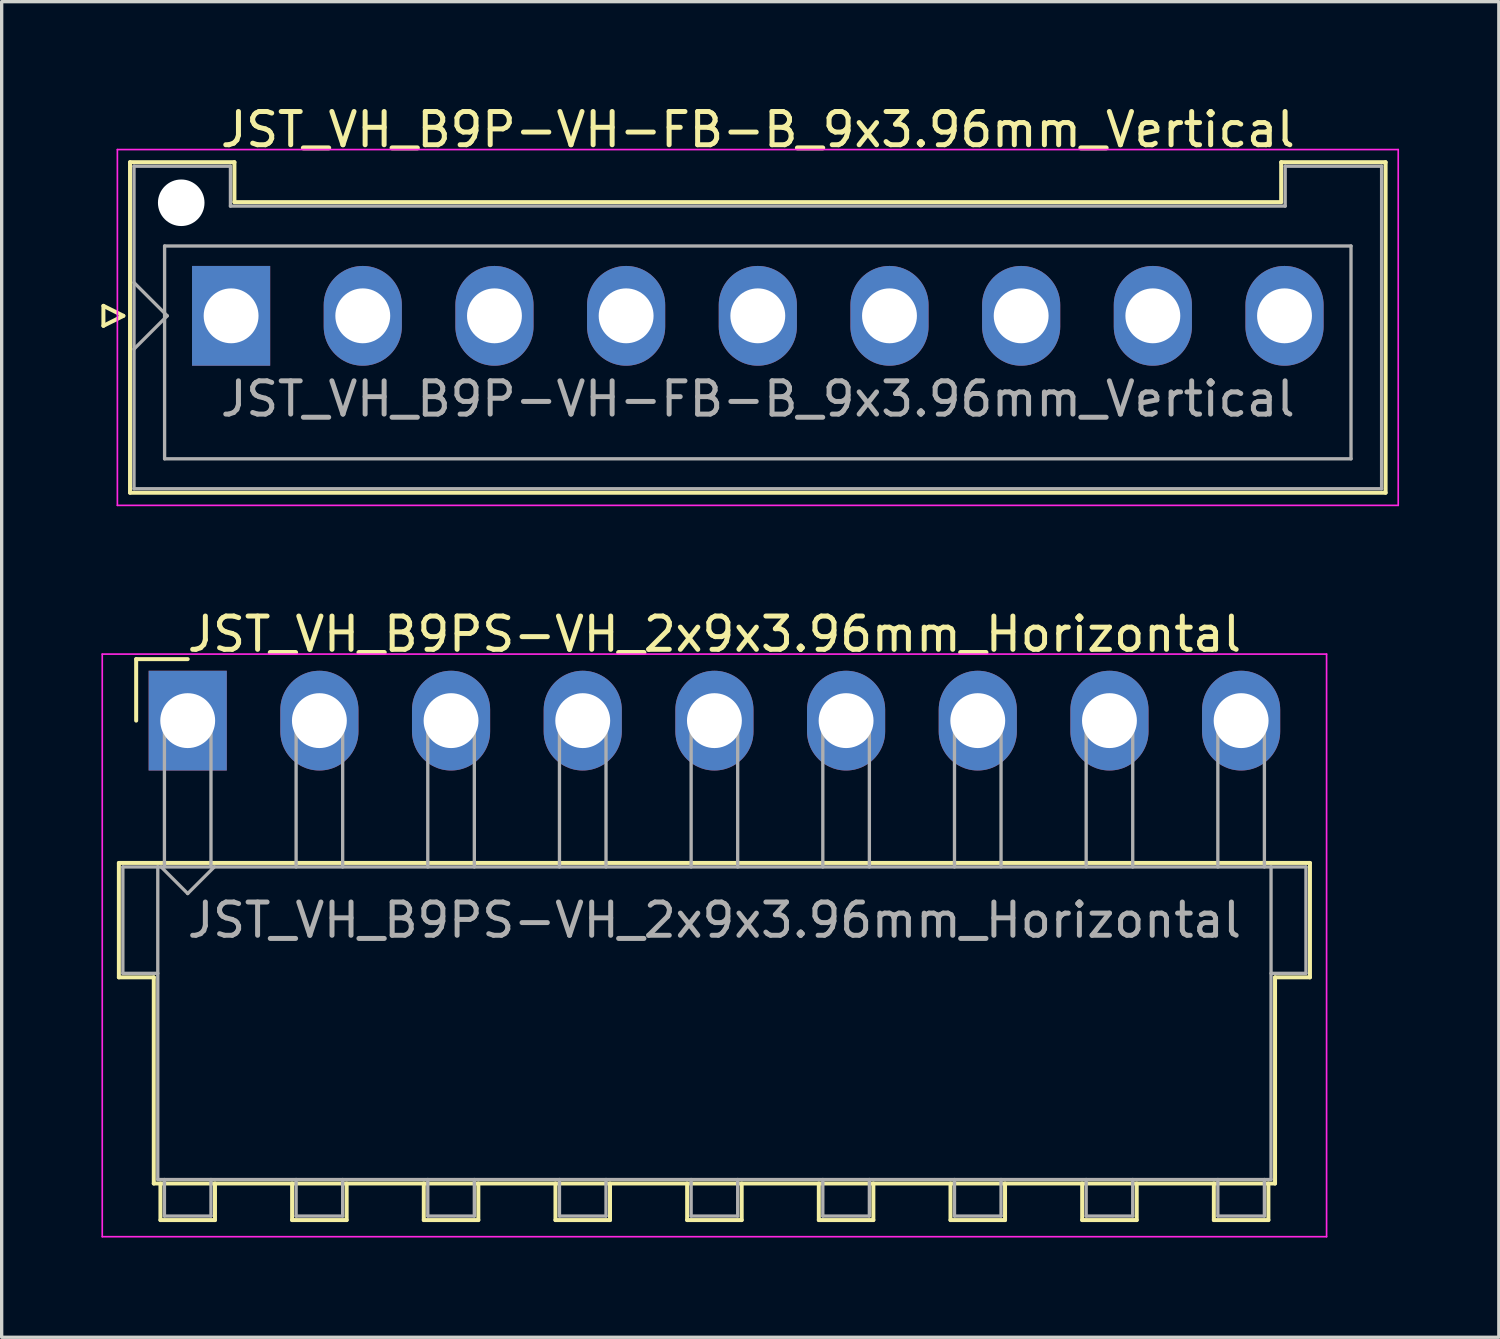
<source format=kicad_pcb>
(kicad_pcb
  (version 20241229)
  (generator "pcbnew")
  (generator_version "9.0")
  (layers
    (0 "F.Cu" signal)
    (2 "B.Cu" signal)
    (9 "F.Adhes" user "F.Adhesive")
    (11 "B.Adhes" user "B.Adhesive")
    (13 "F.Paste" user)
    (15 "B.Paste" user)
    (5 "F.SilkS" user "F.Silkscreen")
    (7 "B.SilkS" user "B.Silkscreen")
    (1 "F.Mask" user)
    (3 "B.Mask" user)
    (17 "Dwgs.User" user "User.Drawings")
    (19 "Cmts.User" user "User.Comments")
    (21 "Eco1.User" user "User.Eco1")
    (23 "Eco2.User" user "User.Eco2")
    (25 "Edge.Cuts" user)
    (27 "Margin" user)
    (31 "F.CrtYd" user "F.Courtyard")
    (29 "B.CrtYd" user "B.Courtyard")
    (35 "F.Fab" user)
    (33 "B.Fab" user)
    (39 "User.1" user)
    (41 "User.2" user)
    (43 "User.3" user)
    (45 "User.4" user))
  (footprint "JST_VH_B9P-VH-FB-B_9x3.96mm_Vertical"
    (layer "F.Cu")
    (at 3.9 6.448)
    (property "Reference" "JST_VH_B9P-VH-FB-B_9x3.96mm_Vertical" (at 15.84 -5.6 0) (layer "F.SilkS") (effects (font (size 1 1) (thickness 0.15))))
    (attr through_hole)
    (fp_line (start -3.84 -0.3) (end -3.24 0) (stroke (width 0.12) (type solid)) (layer "F.SilkS"))
    (fp_line (start -3.84 0.3) (end -3.84 -0.3) (stroke (width 0.12) (type solid)) (layer "F.SilkS"))
    (fp_line (start -3.24 0) (end -3.84 0.3) (stroke (width 0.12) (type solid)) (layer "F.SilkS"))
    (fp_line (start -3.04 -4.62) (end 0.1 -4.62) (stroke (width 0.12) (type solid)) (layer "F.SilkS"))
    (fp_line (start -3.04 5.32) (end -3.04 -4.62) (stroke (width 0.12) (type solid)) (layer "F.SilkS"))
    (fp_line (start 0.1 -4.62) (end 0.1 -3.42) (stroke (width 0.12) (type solid)) (layer "F.SilkS"))
    (fp_line (start 0.1 -3.42) (end 31.58 -3.42) (stroke (width 0.12) (type solid)) (layer "F.SilkS"))
    (fp_line (start 31.58 -4.62) (end 34.72 -4.62) (stroke (width 0.12) (type solid)) (layer "F.SilkS"))
    (fp_line (start 31.58 -3.42) (end 31.58 -4.62) (stroke (width 0.12) (type solid)) (layer "F.SilkS"))
    (fp_line (start 34.72 -4.62) (end 34.72 5.32) (stroke (width 0.12) (type solid)) (layer "F.SilkS"))
    (fp_line (start 34.72 5.32) (end -3.04 5.32) (stroke (width 0.12) (type solid)) (layer "F.SilkS"))
    (fp_line (start -3.42 -5) (end -3.42 5.7) (stroke (width 0.05) (type solid)) (layer "F.CrtYd"))
    (fp_line (start -3.42 5.7) (end 35.1 5.7) (stroke (width 0.05) (type solid)) (layer "F.CrtYd"))
    (fp_line (start 35.1 -5) (end -3.42 -5) (stroke (width 0.05) (type solid)) (layer "F.CrtYd"))
    (fp_line (start 35.1 5.7) (end 35.1 -5) (stroke (width 0.05) (type solid)) (layer "F.CrtYd"))
    (fp_line (start -2.92 -4.5) (end -0.02 -4.5) (stroke (width 0.1) (type solid)) (layer "F.Fab"))
    (fp_line (start -2.92 -1) (end -1.92 0) (stroke (width 0.1) (type solid)) (layer "F.Fab"))
    (fp_line (start -2.92 1) (end -1.92 0) (stroke (width 0.1) (type solid)) (layer "F.Fab"))
    (fp_line (start -2.92 5.2) (end -2.92 -4.5) (stroke (width 0.1) (type solid)) (layer "F.Fab"))
    (fp_line (start -2 -2.1) (end 33.68 -2.1) (stroke (width 0.1) (type solid)) (layer "F.Fab"))
    (fp_line (start -2 4.3) (end -2 -2.1) (stroke (width 0.1) (type solid)) (layer "F.Fab"))
    (fp_line (start -0.02 -4.5) (end -0.02 -3.3) (stroke (width 0.1) (type solid)) (layer "F.Fab"))
    (fp_line (start -0.02 -3.3) (end 31.7 -3.3) (stroke (width 0.1) (type solid)) (layer "F.Fab"))
    (fp_line (start 31.7 -4.5) (end 34.6 -4.5) (stroke (width 0.1) (type solid)) (layer "F.Fab"))
    (fp_line (start 31.7 -3.3) (end 31.7 -4.5) (stroke (width 0.1) (type solid)) (layer "F.Fab"))
    (fp_line (start 33.68 -2.1) (end 33.68 4.3) (stroke (width 0.1) (type solid)) (layer "F.Fab"))
    (fp_line (start 33.68 4.3) (end -2 4.3) (stroke (width 0.1) (type solid)) (layer "F.Fab"))
    (fp_line (start 34.6 -4.5) (end 34.6 5.2) (stroke (width 0.1) (type solid)) (layer "F.Fab"))
    (fp_line (start 34.6 5.2) (end -2.92 5.2) (stroke (width 0.1) (type solid)) (layer "F.Fab"))
    (fp_text user "${REFERENCE}" (at 15.84 2.5 0) (layer "F.Fab") (effects (font (size 1 1) (thickness 0.15))))
    (pad "" np_thru_hole circle (at -1.5 -3.4) (size 1.4 1.4) (drill 1.4) (layers "*.Cu" "*.Mask"))
    (pad "1" thru_hole rect (at 0 0) (size 2.35 3) (drill 1.65) (layers "*.Cu" "*.Mask"))
    (pad "2" thru_hole oval (at 3.96 0) (size 2.35 3) (drill 1.65) (layers "*.Cu" "*.Mask"))
    (pad "3" thru_hole oval (at 7.92 0) (size 2.35 3) (drill 1.65) (layers "*.Cu" "*.Mask"))
    (pad "4" thru_hole oval (at 11.88 0) (size 2.35 3) (drill 1.65) (layers "*.Cu" "*.Mask"))
    (pad "5" thru_hole oval (at 15.84 0) (size 2.35 3) (drill 1.65) (layers "*.Cu" "*.Mask"))
    (pad "6" thru_hole oval (at 19.8 0) (size 2.35 3) (drill 1.65) (layers "*.Cu" "*.Mask"))
    (pad "7" thru_hole oval (at 23.76 0) (size 2.35 3) (drill 1.65) (layers "*.Cu" "*.Mask"))
    (pad "8" thru_hole oval (at 27.72 0) (size 2.35 3) (drill 1.65) (layers "*.Cu" "*.Mask"))
    (pad "9" thru_hole oval (at 31.68 0) (size 2.35 3) (drill 1.65) (layers "*.Cu" "*.Mask")))
  (footprint "JST_VH_B9PS-VH_2x9x3.96mm_Horizontal"
    (layer "F.Cu")
    (at 2.595 18.622)
    (property "Reference" "JST_VH_B9PS-VH_2x9x3.96mm_Horizontal" (at 15.84 -2.6 0) (layer "F.SilkS") (effects (font (size 1 1) (thickness 0.15))))
    (attr through_hole)
    (fp_line (start -2.07 4.28) (end 33.75 4.28) (stroke (width 0.12) (type solid)) (layer "F.SilkS"))
    (fp_line (start -2.07 7.72) (end -2.07 4.28) (stroke (width 0.12) (type solid)) (layer "F.SilkS"))
    (fp_line (start -1.55 -1.85) (end -1.55 0) (stroke (width 0.12) (type solid)) (layer "F.SilkS"))
    (fp_line (start -1.02 7.72) (end -2.07 7.72) (stroke (width 0.12) (type solid)) (layer "F.SilkS"))
    (fp_line (start -1.02 13.92) (end -1.02 7.72) (stroke (width 0.12) (type solid)) (layer "F.SilkS"))
    (fp_line (start -0.82 13.92) (end -0.82 15.02) (stroke (width 0.12) (type solid)) (layer "F.SilkS"))
    (fp_line (start -0.82 15.02) (end 0.82 15.02) (stroke (width 0.12) (type solid)) (layer "F.SilkS"))
    (fp_line (start 0 -1.85) (end -1.55 -1.85) (stroke (width 0.12) (type solid)) (layer "F.SilkS"))
    (fp_line (start 0.82 15.02) (end 0.82 13.92) (stroke (width 0.12) (type solid)) (layer "F.SilkS"))
    (fp_line (start 3.14 13.92) (end 3.14 15.02) (stroke (width 0.12) (type solid)) (layer "F.SilkS"))
    (fp_line (start 3.14 15.02) (end 4.78 15.02) (stroke (width 0.12) (type solid)) (layer "F.SilkS"))
    (fp_line (start 4.78 15.02) (end 4.78 13.92) (stroke (width 0.12) (type solid)) (layer "F.SilkS"))
    (fp_line (start 7.1 13.92) (end 7.1 15.02) (stroke (width 0.12) (type solid)) (layer "F.SilkS"))
    (fp_line (start 7.1 15.02) (end 8.74 15.02) (stroke (width 0.12) (type solid)) (layer "F.SilkS"))
    (fp_line (start 8.74 15.02) (end 8.74 13.92) (stroke (width 0.12) (type solid)) (layer "F.SilkS"))
    (fp_line (start 11.06 13.92) (end 11.06 15.02) (stroke (width 0.12) (type solid)) (layer "F.SilkS"))
    (fp_line (start 11.06 15.02) (end 12.7 15.02) (stroke (width 0.12) (type solid)) (layer "F.SilkS"))
    (fp_line (start 12.7 15.02) (end 12.7 13.92) (stroke (width 0.12) (type solid)) (layer "F.SilkS"))
    (fp_line (start 15.02 13.92) (end 15.02 15.02) (stroke (width 0.12) (type solid)) (layer "F.SilkS"))
    (fp_line (start 15.02 15.02) (end 16.66 15.02) (stroke (width 0.12) (type solid)) (layer "F.SilkS"))
    (fp_line (start 16.66 15.02) (end 16.66 13.92) (stroke (width 0.12) (type solid)) (layer "F.SilkS"))
    (fp_line (start 18.98 13.92) (end 18.98 15.02) (stroke (width 0.12) (type solid)) (layer "F.SilkS"))
    (fp_line (start 18.98 15.02) (end 20.62 15.02) (stroke (width 0.12) (type solid)) (layer "F.SilkS"))
    (fp_line (start 20.62 15.02) (end 20.62 13.92) (stroke (width 0.12) (type solid)) (layer "F.SilkS"))
    (fp_line (start 22.94 13.92) (end 22.94 15.02) (stroke (width 0.12) (type solid)) (layer "F.SilkS"))
    (fp_line (start 22.94 15.02) (end 24.58 15.02) (stroke (width 0.12) (type solid)) (layer "F.SilkS"))
    (fp_line (start 24.58 15.02) (end 24.58 13.92) (stroke (width 0.12) (type solid)) (layer "F.SilkS"))
    (fp_line (start 26.9 13.92) (end 26.9 15.02) (stroke (width 0.12) (type solid)) (layer "F.SilkS"))
    (fp_line (start 26.9 15.02) (end 28.54 15.02) (stroke (width 0.12) (type solid)) (layer "F.SilkS"))
    (fp_line (start 28.54 15.02) (end 28.54 13.92) (stroke (width 0.12) (type solid)) (layer "F.SilkS"))
    (fp_line (start 30.86 13.92) (end 30.86 15.02) (stroke (width 0.12) (type solid)) (layer "F.SilkS"))
    (fp_line (start 30.86 15.02) (end 32.5 15.02) (stroke (width 0.12) (type solid)) (layer "F.SilkS"))
    (fp_line (start 32.5 15.02) (end 32.5 13.92) (stroke (width 0.12) (type solid)) (layer "F.SilkS"))
    (fp_line (start 32.7 7.72) (end 32.7 13.92) (stroke (width 0.12) (type solid)) (layer "F.SilkS"))
    (fp_line (start 32.7 13.92) (end -1.02 13.92) (stroke (width 0.12) (type solid)) (layer "F.SilkS"))
    (fp_line (start 33.75 4.28) (end 33.75 7.72) (stroke (width 0.12) (type solid)) (layer "F.SilkS"))
    (fp_line (start 33.75 7.72) (end 32.7 7.72) (stroke (width 0.12) (type solid)) (layer "F.SilkS"))
    (fp_line (start -2.57 -2) (end -2.57 15.52) (stroke (width 0.05) (type solid)) (layer "F.CrtYd"))
    (fp_line (start -2.57 15.52) (end 34.25 15.52) (stroke (width 0.05) (type solid)) (layer "F.CrtYd"))
    (fp_line (start 34.25 -2) (end -2.57 -2) (stroke (width 0.05) (type solid)) (layer "F.CrtYd"))
    (fp_line (start 34.25 15.52) (end 34.25 -2) (stroke (width 0.05) (type solid)) (layer "F.CrtYd"))
    (fp_line (start -1.95 4.4) (end -0.9 4.4) (stroke (width 0.1) (type solid)) (layer "F.Fab"))
    (fp_line (start -1.95 7.6) (end -1.95 4.4) (stroke (width 0.1) (type solid)) (layer "F.Fab"))
    (fp_line (start -0.9 4.4) (end -0.9 13.8) (stroke (width 0.1) (type solid)) (layer "F.Fab"))
    (fp_line (start -0.9 7.6) (end -1.95 7.6) (stroke (width 0.1) (type solid)) (layer "F.Fab"))
    (fp_line (start -0.9 13.8) (end 32.58 13.8) (stroke (width 0.1) (type solid)) (layer "F.Fab"))
    (fp_line (start -0.8 4.4) (end 0 5.2) (stroke (width 0.1) (type solid)) (layer "F.Fab"))
    (fp_line (start -0.7 0) (end 0.7 0) (stroke (width 0.1) (type solid)) (layer "F.Fab"))
    (fp_line (start -0.7 4.4) (end -0.7 0) (stroke (width 0.1) (type solid)) (layer "F.Fab"))
    (fp_line (start -0.7 13.8) (end -0.7 14.9) (stroke (width 0.1) (type solid)) (layer "F.Fab"))
    (fp_line (start -0.7 14.9) (end 0.7 14.9) (stroke (width 0.1) (type solid)) (layer "F.Fab"))
    (fp_line (start 0 5.2) (end 0.8 4.4) (stroke (width 0.1) (type solid)) (layer "F.Fab"))
    (fp_line (start 0.7 0) (end 0.7 4.4) (stroke (width 0.1) (type solid)) (layer "F.Fab"))
    (fp_line (start 0.7 14.9) (end 0.7 13.8) (stroke (width 0.1) (type solid)) (layer "F.Fab"))
    (fp_line (start 3.26 0) (end 4.66 0) (stroke (width 0.1) (type solid)) (layer "F.Fab"))
    (fp_line (start 3.26 4.4) (end 3.26 0) (stroke (width 0.1) (type solid)) (layer "F.Fab"))
    (fp_line (start 3.26 13.8) (end 3.26 14.9) (stroke (width 0.1) (type solid)) (layer "F.Fab"))
    (fp_line (start 3.26 14.9) (end 4.66 14.9) (stroke (width 0.1) (type solid)) (layer "F.Fab"))
    (fp_line (start 4.66 0) (end 4.66 4.4) (stroke (width 0.1) (type solid)) (layer "F.Fab"))
    (fp_line (start 4.66 14.9) (end 4.66 13.8) (stroke (width 0.1) (type solid)) (layer "F.Fab"))
    (fp_line (start 7.22 0) (end 8.62 0) (stroke (width 0.1) (type solid)) (layer "F.Fab"))
    (fp_line (start 7.22 4.4) (end 7.22 0) (stroke (width 0.1) (type solid)) (layer "F.Fab"))
    (fp_line (start 7.22 13.8) (end 7.22 14.9) (stroke (width 0.1) (type solid)) (layer "F.Fab"))
    (fp_line (start 7.22 14.9) (end 8.62 14.9) (stroke (width 0.1) (type solid)) (layer "F.Fab"))
    (fp_line (start 8.62 0) (end 8.62 4.4) (stroke (width 0.1) (type solid)) (layer "F.Fab"))
    (fp_line (start 8.62 14.9) (end 8.62 13.8) (stroke (width 0.1) (type solid)) (layer "F.Fab"))
    (fp_line (start 11.18 0) (end 12.58 0) (stroke (width 0.1) (type solid)) (layer "F.Fab"))
    (fp_line (start 11.18 4.4) (end 11.18 0) (stroke (width 0.1) (type solid)) (layer "F.Fab"))
    (fp_line (start 11.18 13.8) (end 11.18 14.9) (stroke (width 0.1) (type solid)) (layer "F.Fab"))
    (fp_line (start 11.18 14.9) (end 12.58 14.9) (stroke (width 0.1) (type solid)) (layer "F.Fab"))
    (fp_line (start 12.58 0) (end 12.58 4.4) (stroke (width 0.1) (type solid)) (layer "F.Fab"))
    (fp_line (start 12.58 14.9) (end 12.58 13.8) (stroke (width 0.1) (type solid)) (layer "F.Fab"))
    (fp_line (start 15.14 0) (end 16.54 0) (stroke (width 0.1) (type solid)) (layer "F.Fab"))
    (fp_line (start 15.14 4.4) (end 15.14 0) (stroke (width 0.1) (type solid)) (layer "F.Fab"))
    (fp_line (start 15.14 13.8) (end 15.14 14.9) (stroke (width 0.1) (type solid)) (layer "F.Fab"))
    (fp_line (start 15.14 14.9) (end 16.54 14.9) (stroke (width 0.1) (type solid)) (layer "F.Fab"))
    (fp_line (start 16.54 0) (end 16.54 4.4) (stroke (width 0.1) (type solid)) (layer "F.Fab"))
    (fp_line (start 16.54 14.9) (end 16.54 13.8) (stroke (width 0.1) (type solid)) (layer "F.Fab"))
    (fp_line (start 19.1 0) (end 20.5 0) (stroke (width 0.1) (type solid)) (layer "F.Fab"))
    (fp_line (start 19.1 4.4) (end 19.1 0) (stroke (width 0.1) (type solid)) (layer "F.Fab"))
    (fp_line (start 19.1 13.8) (end 19.1 14.9) (stroke (width 0.1) (type solid)) (layer "F.Fab"))
    (fp_line (start 19.1 14.9) (end 20.5 14.9) (stroke (width 0.1) (type solid)) (layer "F.Fab"))
    (fp_line (start 20.5 0) (end 20.5 4.4) (stroke (width 0.1) (type solid)) (layer "F.Fab"))
    (fp_line (start 20.5 14.9) (end 20.5 13.8) (stroke (width 0.1) (type solid)) (layer "F.Fab"))
    (fp_line (start 23.06 0) (end 24.46 0) (stroke (width 0.1) (type solid)) (layer "F.Fab"))
    (fp_line (start 23.06 4.4) (end 23.06 0) (stroke (width 0.1) (type solid)) (layer "F.Fab"))
    (fp_line (start 23.06 13.8) (end 23.06 14.9) (stroke (width 0.1) (type solid)) (layer "F.Fab"))
    (fp_line (start 23.06 14.9) (end 24.46 14.9) (stroke (width 0.1) (type solid)) (layer "F.Fab"))
    (fp_line (start 24.46 0) (end 24.46 4.4) (stroke (width 0.1) (type solid)) (layer "F.Fab"))
    (fp_line (start 24.46 14.9) (end 24.46 13.8) (stroke (width 0.1) (type solid)) (layer "F.Fab"))
    (fp_line (start 27.02 0) (end 28.42 0) (stroke (width 0.1) (type solid)) (layer "F.Fab"))
    (fp_line (start 27.02 4.4) (end 27.02 0) (stroke (width 0.1) (type solid)) (layer "F.Fab"))
    (fp_line (start 27.02 13.8) (end 27.02 14.9) (stroke (width 0.1) (type solid)) (layer "F.Fab"))
    (fp_line (start 27.02 14.9) (end 28.42 14.9) (stroke (width 0.1) (type solid)) (layer "F.Fab"))
    (fp_line (start 28.42 0) (end 28.42 4.4) (stroke (width 0.1) (type solid)) (layer "F.Fab"))
    (fp_line (start 28.42 14.9) (end 28.42 13.8) (stroke (width 0.1) (type solid)) (layer "F.Fab"))
    (fp_line (start 30.98 0) (end 32.38 0) (stroke (width 0.1) (type solid)) (layer "F.Fab"))
    (fp_line (start 30.98 4.4) (end 30.98 0) (stroke (width 0.1) (type solid)) (layer "F.Fab"))
    (fp_line (start 30.98 13.8) (end 30.98 14.9) (stroke (width 0.1) (type solid)) (layer "F.Fab"))
    (fp_line (start 30.98 14.9) (end 32.38 14.9) (stroke (width 0.1) (type solid)) (layer "F.Fab"))
    (fp_line (start 32.38 0) (end 32.38 4.4) (stroke (width 0.1) (type solid)) (layer "F.Fab"))
    (fp_line (start 32.38 14.9) (end 32.38 13.8) (stroke (width 0.1) (type solid)) (layer "F.Fab"))
    (fp_line (start 32.58 4.4) (end -0.9 4.4) (stroke (width 0.1) (type solid)) (layer "F.Fab"))
    (fp_line (start 32.58 4.4) (end 33.63 4.4) (stroke (width 0.1) (type solid)) (layer "F.Fab"))
    (fp_line (start 32.58 13.8) (end 32.58 4.4) (stroke (width 0.1) (type solid)) (layer "F.Fab"))
    (fp_line (start 33.63 4.4) (end 33.63 7.6) (stroke (width 0.1) (type solid)) (layer "F.Fab"))
    (fp_line (start 33.63 7.6) (end 32.58 7.6) (stroke (width 0.1) (type solid)) (layer "F.Fab"))
    (fp_text user "${REFERENCE}" (at 15.84 6 0) (layer "F.Fab") (effects (font (size 1 1) (thickness 0.15))))
    (pad "1" thru_hole rect (at 0 0) (size 2.35 3) (drill 1.65) (layers "*.Cu" "*.Mask"))
    (pad "2" thru_hole oval (at 3.96 0) (size 2.35 3) (drill 1.65) (layers "*.Cu" "*.Mask"))
    (pad "3" thru_hole oval (at 7.92 0) (size 2.35 3) (drill 1.65) (layers "*.Cu" "*.Mask"))
    (pad "4" thru_hole oval (at 11.88 0) (size 2.35 3) (drill 1.65) (layers "*.Cu" "*.Mask"))
    (pad "5" thru_hole oval (at 15.84 0) (size 2.35 3) (drill 1.65) (layers "*.Cu" "*.Mask"))
    (pad "6" thru_hole oval (at 19.8 0) (size 2.35 3) (drill 1.65) (layers "*.Cu" "*.Mask"))
    (pad "7" thru_hole oval (at 23.76 0) (size 2.35 3) (drill 1.65) (layers "*.Cu" "*.Mask"))
    (pad "8" thru_hole oval (at 27.72 0) (size 2.35 3) (drill 1.65) (layers "*.Cu" "*.Mask"))
    (pad "9" thru_hole oval (at 31.68 0) (size 2.35 3) (drill 1.65) (layers "*.Cu" "*.Mask")))
  (gr_rect
    (start -3 -3)
    (end 42.025 37.166)
    (stroke (width 0.1) (type default))
    (fill no)
    (layer "Edge.Cuts")))
</source>
